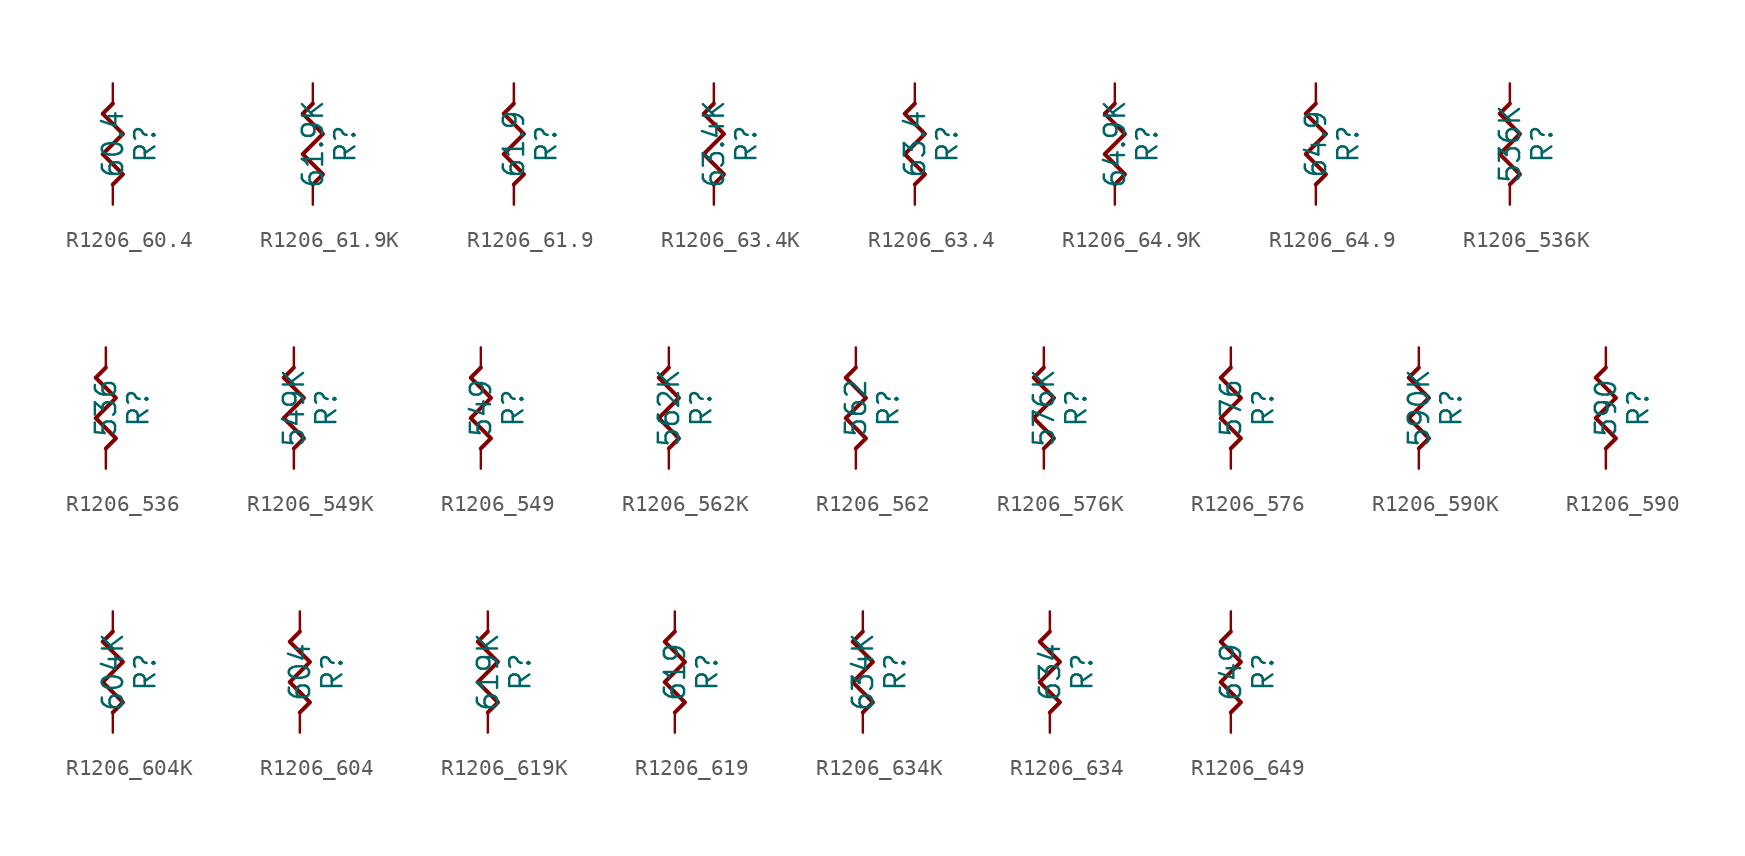
<source format=kicad_sym>
(kicad_symbol_lib
  (version 20211014)
  (generator atlantix-eda)
  (symbol "R1206_60.4"
    (pin_numbers hide)
    (pin_names
      (offset 0))
    (property "Reference" "R"
      (at 2.032 0 90)
      (effects (font (size 1.27 1.27))))
    (property "Value" "60.4"
      (at 0 0 90)
      (effects (font (size 1.27 1.27))))
    (symbol "R1206_60.4_0_1"
      (polyline (pts (xy 0 -2.54) (xy 0.635 -1.905) (xy -0.635 -0.635) (xy 0.635 0.635) (xy -0.635 1.905) (xy 0 2.54)) (stroke (width 0.254) (type default) (color 0 0 0 0)) (fill (type none))))
    (symbol "R1206_60.4_1_1"
      (pin passive line (at 0 3.81 270) (length 1.27) (name "~" (effects (font (size 1.27 1.27)))) (number "1" (effects (font (size 1.27 1.27)))))
      (pin passive line (at 0 -3.81 90) (length 1.27) (name "~" (effects (font (size 1.27 1.27)))) (number "2" (effects (font (size 1.27 1.27)))))))
  (symbol "R1206_61.9K"
    (pin_numbers hide)
    (pin_names
      (offset 0))
    (property "Reference" "R"
      (at 2.032 0 90)
      (effects (font (size 1.27 1.27))))
    (property "Value" "61.9K"
      (at 0 0 90)
      (effects (font (size 1.27 1.27))))
    (symbol "R1206_61.9K_0_1"
      (polyline (pts (xy 0 -2.54) (xy 0.635 -1.905) (xy -0.635 -0.635) (xy 0.635 0.635) (xy -0.635 1.905) (xy 0 2.54)) (stroke (width 0.254) (type default) (color 0 0 0 0)) (fill (type none))))
    (symbol "R1206_61.9K_1_1"
      (pin passive line (at 0 3.81 270) (length 1.27) (name "~" (effects (font (size 1.27 1.27)))) (number "1" (effects (font (size 1.27 1.27)))))
      (pin passive line (at 0 -3.81 90) (length 1.27) (name "~" (effects (font (size 1.27 1.27)))) (number "2" (effects (font (size 1.27 1.27)))))))
  (symbol "R1206_61.9"
    (pin_numbers hide)
    (pin_names
      (offset 0))
    (property "Reference" "R"
      (at 2.032 0 90)
      (effects (font (size 1.27 1.27))))
    (property "Value" "61.9"
      (at 0 0 90)
      (effects (font (size 1.27 1.27))))
    (symbol "R1206_61.9_0_1"
      (polyline (pts (xy 0 -2.54) (xy 0.635 -1.905) (xy -0.635 -0.635) (xy 0.635 0.635) (xy -0.635 1.905) (xy 0 2.54)) (stroke (width 0.254) (type default) (color 0 0 0 0)) (fill (type none))))
    (symbol "R1206_61.9_1_1"
      (pin passive line (at 0 3.81 270) (length 1.27) (name "~" (effects (font (size 1.27 1.27)))) (number "1" (effects (font (size 1.27 1.27)))))
      (pin passive line (at 0 -3.81 90) (length 1.27) (name "~" (effects (font (size 1.27 1.27)))) (number "2" (effects (font (size 1.27 1.27)))))))
  (symbol "R1206_63.4K"
    (pin_numbers hide)
    (pin_names
      (offset 0))
    (property "Reference" "R"
      (at 2.032 0 90)
      (effects (font (size 1.27 1.27))))
    (property "Value" "63.4K"
      (at 0 0 90)
      (effects (font (size 1.27 1.27))))
    (symbol "R1206_63.4K_0_1"
      (polyline (pts (xy 0 -2.54) (xy 0.635 -1.905) (xy -0.635 -0.635) (xy 0.635 0.635) (xy -0.635 1.905) (xy 0 2.54)) (stroke (width 0.254) (type default) (color 0 0 0 0)) (fill (type none))))
    (symbol "R1206_63.4K_1_1"
      (pin passive line (at 0 3.81 270) (length 1.27) (name "~" (effects (font (size 1.27 1.27)))) (number "1" (effects (font (size 1.27 1.27)))))
      (pin passive line (at 0 -3.81 90) (length 1.27) (name "~" (effects (font (size 1.27 1.27)))) (number "2" (effects (font (size 1.27 1.27)))))))
  (symbol "R1206_63.4"
    (pin_numbers hide)
    (pin_names
      (offset 0))
    (property "Reference" "R"
      (at 2.032 0 90)
      (effects (font (size 1.27 1.27))))
    (property "Value" "63.4"
      (at 0 0 90)
      (effects (font (size 1.27 1.27))))
    (symbol "R1206_63.4_0_1"
      (polyline (pts (xy 0 -2.54) (xy 0.635 -1.905) (xy -0.635 -0.635) (xy 0.635 0.635) (xy -0.635 1.905) (xy 0 2.54)) (stroke (width 0.254) (type default) (color 0 0 0 0)) (fill (type none))))
    (symbol "R1206_63.4_1_1"
      (pin passive line (at 0 3.81 270) (length 1.27) (name "~" (effects (font (size 1.27 1.27)))) (number "1" (effects (font (size 1.27 1.27)))))
      (pin passive line (at 0 -3.81 90) (length 1.27) (name "~" (effects (font (size 1.27 1.27)))) (number "2" (effects (font (size 1.27 1.27)))))))
  (symbol "R1206_64.9K"
    (pin_numbers hide)
    (pin_names
      (offset 0))
    (property "Reference" "R"
      (at 2.032 0 90)
      (effects (font (size 1.27 1.27))))
    (property "Value" "64.9K"
      (at 0 0 90)
      (effects (font (size 1.27 1.27))))
    (symbol "R1206_64.9K_0_1"
      (polyline (pts (xy 0 -2.54) (xy 0.635 -1.905) (xy -0.635 -0.635) (xy 0.635 0.635) (xy -0.635 1.905) (xy 0 2.54)) (stroke (width 0.254) (type default) (color 0 0 0 0)) (fill (type none))))
    (symbol "R1206_64.9K_1_1"
      (pin passive line (at 0 3.81 270) (length 1.27) (name "~" (effects (font (size 1.27 1.27)))) (number "1" (effects (font (size 1.27 1.27)))))
      (pin passive line (at 0 -3.81 90) (length 1.27) (name "~" (effects (font (size 1.27 1.27)))) (number "2" (effects (font (size 1.27 1.27)))))))
  (symbol "R1206_64.9"
    (pin_numbers hide)
    (pin_names
      (offset 0))
    (property "Reference" "R"
      (at 2.032 0 90)
      (effects (font (size 1.27 1.27))))
    (property "Value" "64.9"
      (at 0 0 90)
      (effects (font (size 1.27 1.27))))
    (symbol "R1206_64.9_0_1"
      (polyline (pts (xy 0 -2.54) (xy 0.635 -1.905) (xy -0.635 -0.635) (xy 0.635 0.635) (xy -0.635 1.905) (xy 0 2.54)) (stroke (width 0.254) (type default) (color 0 0 0 0)) (fill (type none))))
    (symbol "R1206_64.9_1_1"
      (pin passive line (at 0 3.81 270) (length 1.27) (name "~" (effects (font (size 1.27 1.27)))) (number "1" (effects (font (size 1.27 1.27)))))
      (pin passive line (at 0 -3.81 90) (length 1.27) (name "~" (effects (font (size 1.27 1.27)))) (number "2" (effects (font (size 1.27 1.27)))))))
  (symbol "R1206_536K"
    (pin_numbers hide)
    (pin_names
      (offset 0))
    (property "Reference" "R"
      (at 2.032 0 90)
      (effects (font (size 1.27 1.27))))
    (property "Value" "536K"
      (at 0 0 90)
      (effects (font (size 1.27 1.27))))
    (symbol "R1206_536K_0_1"
      (polyline (pts (xy 0 -2.54) (xy 0.635 -1.905) (xy -0.635 -0.635) (xy 0.635 0.635) (xy -0.635 1.905) (xy 0 2.54)) (stroke (width 0.254) (type default) (color 0 0 0 0)) (fill (type none))))
    (symbol "R1206_536K_1_1"
      (pin passive line (at 0 3.81 270) (length 1.27) (name "~" (effects (font (size 1.27 1.27)))) (number "1" (effects (font (size 1.27 1.27)))))
      (pin passive line (at 0 -3.81 90) (length 1.27) (name "~" (effects (font (size 1.27 1.27)))) (number "2" (effects (font (size 1.27 1.27)))))))
  (symbol "R1206_536"
    (pin_numbers hide)
    (pin_names
      (offset 0))
    (property "Reference" "R"
      (at 2.032 0 90)
      (effects (font (size 1.27 1.27))))
    (property "Value" "536"
      (at 0 0 90)
      (effects (font (size 1.27 1.27))))
    (symbol "R1206_536_0_1"
      (polyline (pts (xy 0 -2.54) (xy 0.635 -1.905) (xy -0.635 -0.635) (xy 0.635 0.635) (xy -0.635 1.905) (xy 0 2.54)) (stroke (width 0.254) (type default) (color 0 0 0 0)) (fill (type none))))
    (symbol "R1206_536_1_1"
      (pin passive line (at 0 3.81 270) (length 1.27) (name "~" (effects (font (size 1.27 1.27)))) (number "1" (effects (font (size 1.27 1.27)))))
      (pin passive line (at 0 -3.81 90) (length 1.27) (name "~" (effects (font (size 1.27 1.27)))) (number "2" (effects (font (size 1.27 1.27)))))))
  (symbol "R1206_549K"
    (pin_numbers hide)
    (pin_names
      (offset 0))
    (property "Reference" "R"
      (at 2.032 0 90)
      (effects (font (size 1.27 1.27))))
    (property "Value" "549K"
      (at 0 0 90)
      (effects (font (size 1.27 1.27))))
    (symbol "R1206_549K_0_1"
      (polyline (pts (xy 0 -2.54) (xy 0.635 -1.905) (xy -0.635 -0.635) (xy 0.635 0.635) (xy -0.635 1.905) (xy 0 2.54)) (stroke (width 0.254) (type default) (color 0 0 0 0)) (fill (type none))))
    (symbol "R1206_549K_1_1"
      (pin passive line (at 0 3.81 270) (length 1.27) (name "~" (effects (font (size 1.27 1.27)))) (number "1" (effects (font (size 1.27 1.27)))))
      (pin passive line (at 0 -3.81 90) (length 1.27) (name "~" (effects (font (size 1.27 1.27)))) (number "2" (effects (font (size 1.27 1.27)))))))
  (symbol "R1206_549"
    (pin_numbers hide)
    (pin_names
      (offset 0))
    (property "Reference" "R"
      (at 2.032 0 90)
      (effects (font (size 1.27 1.27))))
    (property "Value" "549"
      (at 0 0 90)
      (effects (font (size 1.27 1.27))))
    (symbol "R1206_549_0_1"
      (polyline (pts (xy 0 -2.54) (xy 0.635 -1.905) (xy -0.635 -0.635) (xy 0.635 0.635) (xy -0.635 1.905) (xy 0 2.54)) (stroke (width 0.254) (type default) (color 0 0 0 0)) (fill (type none))))
    (symbol "R1206_549_1_1"
      (pin passive line (at 0 3.81 270) (length 1.27) (name "~" (effects (font (size 1.27 1.27)))) (number "1" (effects (font (size 1.27 1.27)))))
      (pin passive line (at 0 -3.81 90) (length 1.27) (name "~" (effects (font (size 1.27 1.27)))) (number "2" (effects (font (size 1.27 1.27)))))))
  (symbol "R1206_562K"
    (pin_numbers hide)
    (pin_names
      (offset 0))
    (property "Reference" "R"
      (at 2.032 0 90)
      (effects (font (size 1.27 1.27))))
    (property "Value" "562K"
      (at 0 0 90)
      (effects (font (size 1.27 1.27))))
    (symbol "R1206_562K_0_1"
      (polyline (pts (xy 0 -2.54) (xy 0.635 -1.905) (xy -0.635 -0.635) (xy 0.635 0.635) (xy -0.635 1.905) (xy 0 2.54)) (stroke (width 0.254) (type default) (color 0 0 0 0)) (fill (type none))))
    (symbol "R1206_562K_1_1"
      (pin passive line (at 0 3.81 270) (length 1.27) (name "~" (effects (font (size 1.27 1.27)))) (number "1" (effects (font (size 1.27 1.27)))))
      (pin passive line (at 0 -3.81 90) (length 1.27) (name "~" (effects (font (size 1.27 1.27)))) (number "2" (effects (font (size 1.27 1.27)))))))
  (symbol "R1206_562"
    (pin_numbers hide)
    (pin_names
      (offset 0))
    (property "Reference" "R"
      (at 2.032 0 90)
      (effects (font (size 1.27 1.27))))
    (property "Value" "562"
      (at 0 0 90)
      (effects (font (size 1.27 1.27))))
    (symbol "R1206_562_0_1"
      (polyline (pts (xy 0 -2.54) (xy 0.635 -1.905) (xy -0.635 -0.635) (xy 0.635 0.635) (xy -0.635 1.905) (xy 0 2.54)) (stroke (width 0.254) (type default) (color 0 0 0 0)) (fill (type none))))
    (symbol "R1206_562_1_1"
      (pin passive line (at 0 3.81 270) (length 1.27) (name "~" (effects (font (size 1.27 1.27)))) (number "1" (effects (font (size 1.27 1.27)))))
      (pin passive line (at 0 -3.81 90) (length 1.27) (name "~" (effects (font (size 1.27 1.27)))) (number "2" (effects (font (size 1.27 1.27)))))))
  (symbol "R1206_576K"
    (pin_numbers hide)
    (pin_names
      (offset 0))
    (property "Reference" "R"
      (at 2.032 0 90)
      (effects (font (size 1.27 1.27))))
    (property "Value" "576K"
      (at 0 0 90)
      (effects (font (size 1.27 1.27))))
    (symbol "R1206_576K_0_1"
      (polyline (pts (xy 0 -2.54) (xy 0.635 -1.905) (xy -0.635 -0.635) (xy 0.635 0.635) (xy -0.635 1.905) (xy 0 2.54)) (stroke (width 0.254) (type default) (color 0 0 0 0)) (fill (type none))))
    (symbol "R1206_576K_1_1"
      (pin passive line (at 0 3.81 270) (length 1.27) (name "~" (effects (font (size 1.27 1.27)))) (number "1" (effects (font (size 1.27 1.27)))))
      (pin passive line (at 0 -3.81 90) (length 1.27) (name "~" (effects (font (size 1.27 1.27)))) (number "2" (effects (font (size 1.27 1.27)))))))
  (symbol "R1206_576"
    (pin_numbers hide)
    (pin_names
      (offset 0))
    (property "Reference" "R"
      (at 2.032 0 90)
      (effects (font (size 1.27 1.27))))
    (property "Value" "576"
      (at 0 0 90)
      (effects (font (size 1.27 1.27))))
    (symbol "R1206_576_0_1"
      (polyline (pts (xy 0 -2.54) (xy 0.635 -1.905) (xy -0.635 -0.635) (xy 0.635 0.635) (xy -0.635 1.905) (xy 0 2.54)) (stroke (width 0.254) (type default) (color 0 0 0 0)) (fill (type none))))
    (symbol "R1206_576_1_1"
      (pin passive line (at 0 3.81 270) (length 1.27) (name "~" (effects (font (size 1.27 1.27)))) (number "1" (effects (font (size 1.27 1.27)))))
      (pin passive line (at 0 -3.81 90) (length 1.27) (name "~" (effects (font (size 1.27 1.27)))) (number "2" (effects (font (size 1.27 1.27)))))))
  (symbol "R1206_590K"
    (pin_numbers hide)
    (pin_names
      (offset 0))
    (property "Reference" "R"
      (at 2.032 0 90)
      (effects (font (size 1.27 1.27))))
    (property "Value" "590K"
      (at 0 0 90)
      (effects (font (size 1.27 1.27))))
    (symbol "R1206_590K_0_1"
      (polyline (pts (xy 0 -2.54) (xy 0.635 -1.905) (xy -0.635 -0.635) (xy 0.635 0.635) (xy -0.635 1.905) (xy 0 2.54)) (stroke (width 0.254) (type default) (color 0 0 0 0)) (fill (type none))))
    (symbol "R1206_590K_1_1"
      (pin passive line (at 0 3.81 270) (length 1.27) (name "~" (effects (font (size 1.27 1.27)))) (number "1" (effects (font (size 1.27 1.27)))))
      (pin passive line (at 0 -3.81 90) (length 1.27) (name "~" (effects (font (size 1.27 1.27)))) (number "2" (effects (font (size 1.27 1.27)))))))
  (symbol "R1206_590"
    (pin_numbers hide)
    (pin_names
      (offset 0))
    (property "Reference" "R"
      (at 2.032 0 90)
      (effects (font (size 1.27 1.27))))
    (property "Value" "590"
      (at 0 0 90)
      (effects (font (size 1.27 1.27))))
    (symbol "R1206_590_0_1"
      (polyline (pts (xy 0 -2.54) (xy 0.635 -1.905) (xy -0.635 -0.635) (xy 0.635 0.635) (xy -0.635 1.905) (xy 0 2.54)) (stroke (width 0.254) (type default) (color 0 0 0 0)) (fill (type none))))
    (symbol "R1206_590_1_1"
      (pin passive line (at 0 3.81 270) (length 1.27) (name "~" (effects (font (size 1.27 1.27)))) (number "1" (effects (font (size 1.27 1.27)))))
      (pin passive line (at 0 -3.81 90) (length 1.27) (name "~" (effects (font (size 1.27 1.27)))) (number "2" (effects (font (size 1.27 1.27)))))))
  (symbol "R1206_604K"
    (pin_numbers hide)
    (pin_names
      (offset 0))
    (property "Reference" "R"
      (at 2.032 0 90)
      (effects (font (size 1.27 1.27))))
    (property "Value" "604K"
      (at 0 0 90)
      (effects (font (size 1.27 1.27))))
    (symbol "R1206_604K_0_1"
      (polyline (pts (xy 0 -2.54) (xy 0.635 -1.905) (xy -0.635 -0.635) (xy 0.635 0.635) (xy -0.635 1.905) (xy 0 2.54)) (stroke (width 0.254) (type default) (color 0 0 0 0)) (fill (type none))))
    (symbol "R1206_604K_1_1"
      (pin passive line (at 0 3.81 270) (length 1.27) (name "~" (effects (font (size 1.27 1.27)))) (number "1" (effects (font (size 1.27 1.27)))))
      (pin passive line (at 0 -3.81 90) (length 1.27) (name "~" (effects (font (size 1.27 1.27)))) (number "2" (effects (font (size 1.27 1.27)))))))
  (symbol "R1206_604"
    (pin_numbers hide)
    (pin_names
      (offset 0))
    (property "Reference" "R"
      (at 2.032 0 90)
      (effects (font (size 1.27 1.27))))
    (property "Value" "604"
      (at 0 0 90)
      (effects (font (size 1.27 1.27))))
    (symbol "R1206_604_0_1"
      (polyline (pts (xy 0 -2.54) (xy 0.635 -1.905) (xy -0.635 -0.635) (xy 0.635 0.635) (xy -0.635 1.905) (xy 0 2.54)) (stroke (width 0.254) (type default) (color 0 0 0 0)) (fill (type none))))
    (symbol "R1206_604_1_1"
      (pin passive line (at 0 3.81 270) (length 1.27) (name "~" (effects (font (size 1.27 1.27)))) (number "1" (effects (font (size 1.27 1.27)))))
      (pin passive line (at 0 -3.81 90) (length 1.27) (name "~" (effects (font (size 1.27 1.27)))) (number "2" (effects (font (size 1.27 1.27)))))))
  (symbol "R1206_619K"
    (pin_numbers hide)
    (pin_names
      (offset 0))
    (property "Reference" "R"
      (at 2.032 0 90)
      (effects (font (size 1.27 1.27))))
    (property "Value" "619K"
      (at 0 0 90)
      (effects (font (size 1.27 1.27))))
    (symbol "R1206_619K_0_1"
      (polyline (pts (xy 0 -2.54) (xy 0.635 -1.905) (xy -0.635 -0.635) (xy 0.635 0.635) (xy -0.635 1.905) (xy 0 2.54)) (stroke (width 0.254) (type default) (color 0 0 0 0)) (fill (type none))))
    (symbol "R1206_619K_1_1"
      (pin passive line (at 0 3.81 270) (length 1.27) (name "~" (effects (font (size 1.27 1.27)))) (number "1" (effects (font (size 1.27 1.27)))))
      (pin passive line (at 0 -3.81 90) (length 1.27) (name "~" (effects (font (size 1.27 1.27)))) (number "2" (effects (font (size 1.27 1.27)))))))
  (symbol "R1206_619"
    (pin_numbers hide)
    (pin_names
      (offset 0))
    (property "Reference" "R"
      (at 2.032 0 90)
      (effects (font (size 1.27 1.27))))
    (property "Value" "619"
      (at 0 0 90)
      (effects (font (size 1.27 1.27))))
    (symbol "R1206_619_0_1"
      (polyline (pts (xy 0 -2.54) (xy 0.635 -1.905) (xy -0.635 -0.635) (xy 0.635 0.635) (xy -0.635 1.905) (xy 0 2.54)) (stroke (width 0.254) (type default) (color 0 0 0 0)) (fill (type none))))
    (symbol "R1206_619_1_1"
      (pin passive line (at 0 3.81 270) (length 1.27) (name "~" (effects (font (size 1.27 1.27)))) (number "1" (effects (font (size 1.27 1.27)))))
      (pin passive line (at 0 -3.81 90) (length 1.27) (name "~" (effects (font (size 1.27 1.27)))) (number "2" (effects (font (size 1.27 1.27)))))))
  (symbol "R1206_634K"
    (pin_numbers hide)
    (pin_names
      (offset 0))
    (property "Reference" "R"
      (at 2.032 0 90)
      (effects (font (size 1.27 1.27))))
    (property "Value" "634K"
      (at 0 0 90)
      (effects (font (size 1.27 1.27))))
    (symbol "R1206_634K_0_1"
      (polyline (pts (xy 0 -2.54) (xy 0.635 -1.905) (xy -0.635 -0.635) (xy 0.635 0.635) (xy -0.635 1.905) (xy 0 2.54)) (stroke (width 0.254) (type default) (color 0 0 0 0)) (fill (type none))))
    (symbol "R1206_634K_1_1"
      (pin passive line (at 0 3.81 270) (length 1.27) (name "~" (effects (font (size 1.27 1.27)))) (number "1" (effects (font (size 1.27 1.27)))))
      (pin passive line (at 0 -3.81 90) (length 1.27) (name "~" (effects (font (size 1.27 1.27)))) (number "2" (effects (font (size 1.27 1.27)))))))
  (symbol "R1206_634"
    (pin_numbers hide)
    (pin_names
      (offset 0))
    (property "Reference" "R"
      (at 2.032 0 90)
      (effects (font (size 1.27 1.27))))
    (property "Value" "634"
      (at 0 0 90)
      (effects (font (size 1.27 1.27))))
    (symbol "R1206_634_0_1"
      (polyline (pts (xy 0 -2.54) (xy 0.635 -1.905) (xy -0.635 -0.635) (xy 0.635 0.635) (xy -0.635 1.905) (xy 0 2.54)) (stroke (width 0.254) (type default) (color 0 0 0 0)) (fill (type none))))
    (symbol "R1206_634_1_1"
      (pin passive line (at 0 3.81 270) (length 1.27) (name "~" (effects (font (size 1.27 1.27)))) (number "1" (effects (font (size 1.27 1.27)))))
      (pin passive line (at 0 -3.81 90) (length 1.27) (name "~" (effects (font (size 1.27 1.27)))) (number "2" (effects (font (size 1.27 1.27)))))))
  (symbol "R1206_649"
    (pin_numbers hide)
    (pin_names
      (offset 0))
    (property "Reference" "R"
      (at 2.032 0 90)
      (effects (font (size 1.27 1.27))))
    (property "Value" "649"
      (at 0 0 90)
      (effects (font (size 1.27 1.27))))
    (symbol "R1206_649_0_1"
      (polyline (pts (xy 0 -2.54) (xy 0.635 -1.905) (xy -0.635 -0.635) (xy 0.635 0.635) (xy -0.635 1.905) (xy 0 2.54)) (stroke (width 0.254) (type default) (color 0 0 0 0)) (fill (type none))))
    (symbol "R1206_649_1_1"
      (pin passive line (at 0 3.81 270) (length 1.27) (name "~" (effects (font (size 1.27 1.27)))) (number "1" (effects (font (size 1.27 1.27)))))
      (pin passive line (at 0 -3.81 90) (length 1.27) (name "~" (effects (font (size 1.27 1.27)))) (number "2" (effects (font (size 1.27 1.27))))))))
</source>
